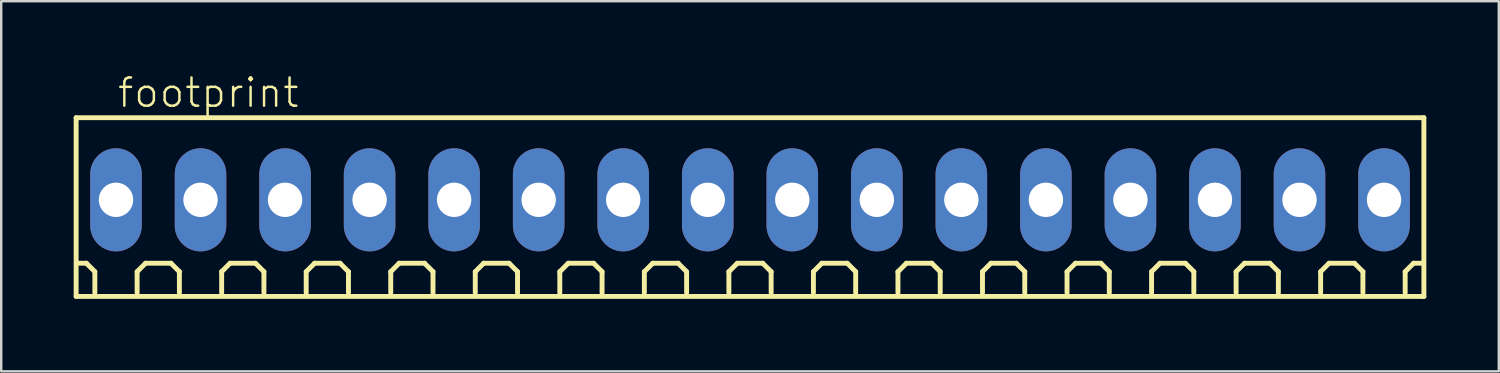
<source format=kicad_pcb>
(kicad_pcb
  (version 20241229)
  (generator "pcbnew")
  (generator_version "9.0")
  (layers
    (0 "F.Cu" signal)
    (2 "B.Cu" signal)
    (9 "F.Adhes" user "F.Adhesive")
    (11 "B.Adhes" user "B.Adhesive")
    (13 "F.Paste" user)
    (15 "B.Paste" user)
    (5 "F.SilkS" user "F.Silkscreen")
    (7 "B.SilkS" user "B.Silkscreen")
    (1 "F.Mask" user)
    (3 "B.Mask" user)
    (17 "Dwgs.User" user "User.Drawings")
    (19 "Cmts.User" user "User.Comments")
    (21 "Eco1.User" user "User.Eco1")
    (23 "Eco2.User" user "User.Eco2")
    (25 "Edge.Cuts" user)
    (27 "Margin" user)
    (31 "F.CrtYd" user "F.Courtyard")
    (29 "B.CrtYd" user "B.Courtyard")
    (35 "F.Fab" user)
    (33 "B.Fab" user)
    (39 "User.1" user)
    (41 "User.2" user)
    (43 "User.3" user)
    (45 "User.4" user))
  (footprint "footprint"
    (layer "F.Cu")
    (at 28.002 5.223)
    (property "Reference" "footprint" (at -26.25 -3.75 0) (layer "F.SilkS") (effects (font (size 1.168 1.168) (thickness 0.102)) (justify left bottom)))
    (fp_line (start -27.9 -3.4) (end 27.9 -3.4) (stroke (width 0.203) (type solid)) (layer "F.SilkS"))
    (fp_line (start -27.9 4) (end -27.9 -3.4) (stroke (width 0.203) (type solid)) (layer "F.SilkS"))
    (fp_line (start -27.475 2.625) (end -27.825 2.625) (stroke (width 0.203) (type solid)) (layer "F.SilkS"))
    (fp_line (start -27.125 2.975) (end -27.475 2.625) (stroke (width 0.203) (type solid)) (layer "F.SilkS"))
    (fp_line (start -27.125 3.85) (end -27.125 2.975) (stroke (width 0.203) (type solid)) (layer "F.SilkS"))
    (fp_line (start -25.375 2.975) (end -25.025 2.625) (stroke (width 0.203) (type solid)) (layer "F.SilkS"))
    (fp_line (start -25.375 3.85) (end -25.375 2.975) (stroke (width 0.203) (type solid)) (layer "F.SilkS"))
    (fp_line (start -25.025 2.625) (end -23.975 2.625) (stroke (width 0.203) (type solid)) (layer "F.SilkS"))
    (fp_line (start -23.975 2.625) (end -23.625 2.975) (stroke (width 0.203) (type solid)) (layer "F.SilkS"))
    (fp_line (start -23.625 2.975) (end -23.625 3.85) (stroke (width 0.203) (type solid)) (layer "F.SilkS"))
    (fp_line (start -21.875 2.975) (end -21.525 2.625) (stroke (width 0.203) (type solid)) (layer "F.SilkS"))
    (fp_line (start -21.875 3.85) (end -21.875 2.975) (stroke (width 0.203) (type solid)) (layer "F.SilkS"))
    (fp_line (start -21.525 2.625) (end -20.475 2.625) (stroke (width 0.203) (type solid)) (layer "F.SilkS"))
    (fp_line (start -20.475 2.625) (end -20.125 2.975) (stroke (width 0.203) (type solid)) (layer "F.SilkS"))
    (fp_line (start -20.125 2.975) (end -20.125 3.85) (stroke (width 0.203) (type solid)) (layer "F.SilkS"))
    (fp_line (start -18.375 2.975) (end -18.025 2.625) (stroke (width 0.203) (type solid)) (layer "F.SilkS"))
    (fp_line (start -18.375 3.85) (end -18.375 2.975) (stroke (width 0.203) (type solid)) (layer "F.SilkS"))
    (fp_line (start -18.025 2.625) (end -16.975 2.625) (stroke (width 0.203) (type solid)) (layer "F.SilkS"))
    (fp_line (start -16.975 2.625) (end -16.625 2.975) (stroke (width 0.203) (type solid)) (layer "F.SilkS"))
    (fp_line (start -16.625 2.975) (end -16.625 3.85) (stroke (width 0.203) (type solid)) (layer "F.SilkS"))
    (fp_line (start -14.875 2.975) (end -14.525 2.625) (stroke (width 0.203) (type solid)) (layer "F.SilkS"))
    (fp_line (start -14.875 3.85) (end -14.875 2.975) (stroke (width 0.203) (type solid)) (layer "F.SilkS"))
    (fp_line (start -14.525 2.625) (end -13.475 2.625) (stroke (width 0.203) (type solid)) (layer "F.SilkS"))
    (fp_line (start -13.475 2.625) (end -13.125 2.975) (stroke (width 0.203) (type solid)) (layer "F.SilkS"))
    (fp_line (start -13.125 2.975) (end -13.125 3.85) (stroke (width 0.203) (type solid)) (layer "F.SilkS"))
    (fp_line (start -11.375 2.975) (end -11.025 2.625) (stroke (width 0.203) (type solid)) (layer "F.SilkS"))
    (fp_line (start -11.375 3.85) (end -11.375 2.975) (stroke (width 0.203) (type solid)) (layer "F.SilkS"))
    (fp_line (start -11.025 2.625) (end -9.975 2.625) (stroke (width 0.203) (type solid)) (layer "F.SilkS"))
    (fp_line (start -9.975 2.625) (end -9.625 2.975) (stroke (width 0.203) (type solid)) (layer "F.SilkS"))
    (fp_line (start -9.625 2.975) (end -9.625 3.85) (stroke (width 0.203) (type solid)) (layer "F.SilkS"))
    (fp_line (start -7.875 2.975) (end -7.525 2.625) (stroke (width 0.203) (type solid)) (layer "F.SilkS"))
    (fp_line (start -7.875 3.85) (end -7.875 2.975) (stroke (width 0.203) (type solid)) (layer "F.SilkS"))
    (fp_line (start -7.525 2.625) (end -6.475 2.625) (stroke (width 0.203) (type solid)) (layer "F.SilkS"))
    (fp_line (start -6.475 2.625) (end -6.125 2.975) (stroke (width 0.203) (type solid)) (layer "F.SilkS"))
    (fp_line (start -6.125 2.975) (end -6.125 3.85) (stroke (width 0.203) (type solid)) (layer "F.SilkS"))
    (fp_line (start -4.375 2.975) (end -4.025 2.625) (stroke (width 0.203) (type solid)) (layer "F.SilkS"))
    (fp_line (start -4.375 3.85) (end -4.375 2.975) (stroke (width 0.203) (type solid)) (layer "F.SilkS"))
    (fp_line (start -4.025 2.625) (end -2.975 2.625) (stroke (width 0.203) (type solid)) (layer "F.SilkS"))
    (fp_line (start -2.975 2.625) (end -2.625 2.975) (stroke (width 0.203) (type solid)) (layer "F.SilkS"))
    (fp_line (start -2.625 2.975) (end -2.625 3.85) (stroke (width 0.203) (type solid)) (layer "F.SilkS"))
    (fp_line (start -0.875 2.975) (end -0.525 2.625) (stroke (width 0.203) (type solid)) (layer "F.SilkS"))
    (fp_line (start -0.875 3.85) (end -0.875 2.975) (stroke (width 0.203) (type solid)) (layer "F.SilkS"))
    (fp_line (start -0.525 2.625) (end 0.525 2.625) (stroke (width 0.203) (type solid)) (layer "F.SilkS"))
    (fp_line (start 0.525 2.625) (end 0.875 2.975) (stroke (width 0.203) (type solid)) (layer "F.SilkS"))
    (fp_line (start 0.875 2.975) (end 0.875 3.85) (stroke (width 0.203) (type solid)) (layer "F.SilkS"))
    (fp_line (start 2.625 2.975) (end 2.975 2.625) (stroke (width 0.203) (type solid)) (layer "F.SilkS"))
    (fp_line (start 2.625 3.85) (end 2.625 2.975) (stroke (width 0.203) (type solid)) (layer "F.SilkS"))
    (fp_line (start 2.975 2.625) (end 4.025 2.625) (stroke (width 0.203) (type solid)) (layer "F.SilkS"))
    (fp_line (start 4.025 2.625) (end 4.375 2.975) (stroke (width 0.203) (type solid)) (layer "F.SilkS"))
    (fp_line (start 4.375 2.975) (end 4.375 3.85) (stroke (width 0.203) (type solid)) (layer "F.SilkS"))
    (fp_line (start 6.125 2.975) (end 6.475 2.625) (stroke (width 0.203) (type solid)) (layer "F.SilkS"))
    (fp_line (start 6.125 3.85) (end 6.125 2.975) (stroke (width 0.203) (type solid)) (layer "F.SilkS"))
    (fp_line (start 6.475 2.625) (end 7.525 2.625) (stroke (width 0.203) (type solid)) (layer "F.SilkS"))
    (fp_line (start 7.525 2.625) (end 7.875 2.975) (stroke (width 0.203) (type solid)) (layer "F.SilkS"))
    (fp_line (start 7.875 2.975) (end 7.875 3.85) (stroke (width 0.203) (type solid)) (layer "F.SilkS"))
    (fp_line (start 9.625 2.975) (end 9.975 2.625) (stroke (width 0.203) (type solid)) (layer "F.SilkS"))
    (fp_line (start 9.625 3.85) (end 9.625 2.975) (stroke (width 0.203) (type solid)) (layer "F.SilkS"))
    (fp_line (start 9.975 2.625) (end 11.025 2.625) (stroke (width 0.203) (type solid)) (layer "F.SilkS"))
    (fp_line (start 11.025 2.625) (end 11.375 2.975) (stroke (width 0.203) (type solid)) (layer "F.SilkS"))
    (fp_line (start 11.375 2.975) (end 11.375 3.85) (stroke (width 0.203) (type solid)) (layer "F.SilkS"))
    (fp_line (start 13.125 2.975) (end 13.475 2.625) (stroke (width 0.203) (type solid)) (layer "F.SilkS"))
    (fp_line (start 13.125 3.85) (end 13.125 2.975) (stroke (width 0.203) (type solid)) (layer "F.SilkS"))
    (fp_line (start 13.475 2.625) (end 14.525 2.625) (stroke (width 0.203) (type solid)) (layer "F.SilkS"))
    (fp_line (start 14.525 2.625) (end 14.875 2.975) (stroke (width 0.203) (type solid)) (layer "F.SilkS"))
    (fp_line (start 14.875 2.975) (end 14.875 3.85) (stroke (width 0.203) (type solid)) (layer "F.SilkS"))
    (fp_line (start 16.625 2.975) (end 16.975 2.625) (stroke (width 0.203) (type solid)) (layer "F.SilkS"))
    (fp_line (start 16.625 3.85) (end 16.625 2.975) (stroke (width 0.203) (type solid)) (layer "F.SilkS"))
    (fp_line (start 16.975 2.625) (end 18.025 2.625) (stroke (width 0.203) (type solid)) (layer "F.SilkS"))
    (fp_line (start 18.025 2.625) (end 18.375 2.975) (stroke (width 0.203) (type solid)) (layer "F.SilkS"))
    (fp_line (start 18.375 2.975) (end 18.375 3.85) (stroke (width 0.203) (type solid)) (layer "F.SilkS"))
    (fp_line (start 20.125 2.975) (end 20.475 2.625) (stroke (width 0.203) (type solid)) (layer "F.SilkS"))
    (fp_line (start 20.125 3.85) (end 20.125 2.975) (stroke (width 0.203) (type solid)) (layer "F.SilkS"))
    (fp_line (start 20.475 2.625) (end 21.525 2.625) (stroke (width 0.203) (type solid)) (layer "F.SilkS"))
    (fp_line (start 21.525 2.625) (end 21.875 2.975) (stroke (width 0.203) (type solid)) (layer "F.SilkS"))
    (fp_line (start 21.875 2.975) (end 21.875 3.85) (stroke (width 0.203) (type solid)) (layer "F.SilkS"))
    (fp_line (start 23.625 2.975) (end 23.975 2.625) (stroke (width 0.203) (type solid)) (layer "F.SilkS"))
    (fp_line (start 23.625 3.85) (end 23.625 2.975) (stroke (width 0.203) (type solid)) (layer "F.SilkS"))
    (fp_line (start 23.975 2.625) (end 25.025 2.625) (stroke (width 0.203) (type solid)) (layer "F.SilkS"))
    (fp_line (start 25.025 2.625) (end 25.375 2.975) (stroke (width 0.203) (type solid)) (layer "F.SilkS"))
    (fp_line (start 25.375 2.975) (end 25.375 3.85) (stroke (width 0.203) (type solid)) (layer "F.SilkS"))
    (fp_line (start 27.125 2.975) (end 27.475 2.625) (stroke (width 0.203) (type solid)) (layer "F.SilkS"))
    (fp_line (start 27.125 3.85) (end 27.125 2.975) (stroke (width 0.203) (type solid)) (layer "F.SilkS"))
    (fp_line (start 27.825 2.625) (end 27.475 2.625) (stroke (width 0.203) (type solid)) (layer "F.SilkS"))
    (fp_line (start 27.9 -3.4) (end 27.9 4) (stroke (width 0.203) (type solid)) (layer "F.SilkS"))
    (fp_line (start 27.9 4) (end -27.9 4) (stroke (width 0.203) (type solid)) (layer "F.SilkS"))
    (pad "1" thru_hole oval (at -26.25 0 90) (size 4.267 2.134) (drill 1.422) (layers "*.Cu" "*.Mask"))
    (pad "2" thru_hole oval (at -22.75 0 90) (size 4.267 2.134) (drill 1.422) (layers "*.Cu" "*.Mask"))
    (pad "3" thru_hole oval (at -19.25 0 90) (size 4.267 2.134) (drill 1.422) (layers "*.Cu" "*.Mask"))
    (pad "4" thru_hole oval (at -15.75 0 90) (size 4.267 2.134) (drill 1.422) (layers "*.Cu" "*.Mask"))
    (pad "5" thru_hole oval (at -12.25 0 90) (size 4.267 2.134) (drill 1.422) (layers "*.Cu" "*.Mask"))
    (pad "6" thru_hole oval (at -8.75 0 90) (size 4.267 2.134) (drill 1.422) (layers "*.Cu" "*.Mask"))
    (pad "7" thru_hole oval (at -5.25 0 90) (size 4.267 2.134) (drill 1.422) (layers "*.Cu" "*.Mask"))
    (pad "8" thru_hole oval (at -1.75 0 90) (size 4.267 2.134) (drill 1.422) (layers "*.Cu" "*.Mask"))
    (pad "9" thru_hole oval (at 1.75 0 90) (size 4.267 2.134) (drill 1.422) (layers "*.Cu" "*.Mask"))
    (pad "10" thru_hole oval (at 5.25 0 90) (size 4.267 2.134) (drill 1.422) (layers "*.Cu" "*.Mask"))
    (pad "11" thru_hole oval (at 8.75 0 90) (size 4.267 2.134) (drill 1.422) (layers "*.Cu" "*.Mask"))
    (pad "12" thru_hole oval (at 12.25 0 90) (size 4.267 2.134) (drill 1.422) (layers "*.Cu" "*.Mask"))
    (pad "13" thru_hole oval (at 15.75 0 90) (size 4.267 2.134) (drill 1.422) (layers "*.Cu" "*.Mask"))
    (pad "14" thru_hole oval (at 19.25 0 90) (size 4.267 2.134) (drill 1.422) (layers "*.Cu" "*.Mask"))
    (pad "15" thru_hole oval (at 22.75 0 90) (size 4.267 2.134) (drill 1.422) (layers "*.Cu" "*.Mask"))
    (pad "16" thru_hole oval (at 26.25 0 90) (size 4.267 2.134) (drill 1.422) (layers "*.Cu" "*.Mask")))
  (gr_rect
    (start -3 -3)
    (end 59.003 12.325)
    (stroke (width 0.1) (type default))
    (fill no)
    (layer "Edge.Cuts")))
</source>
